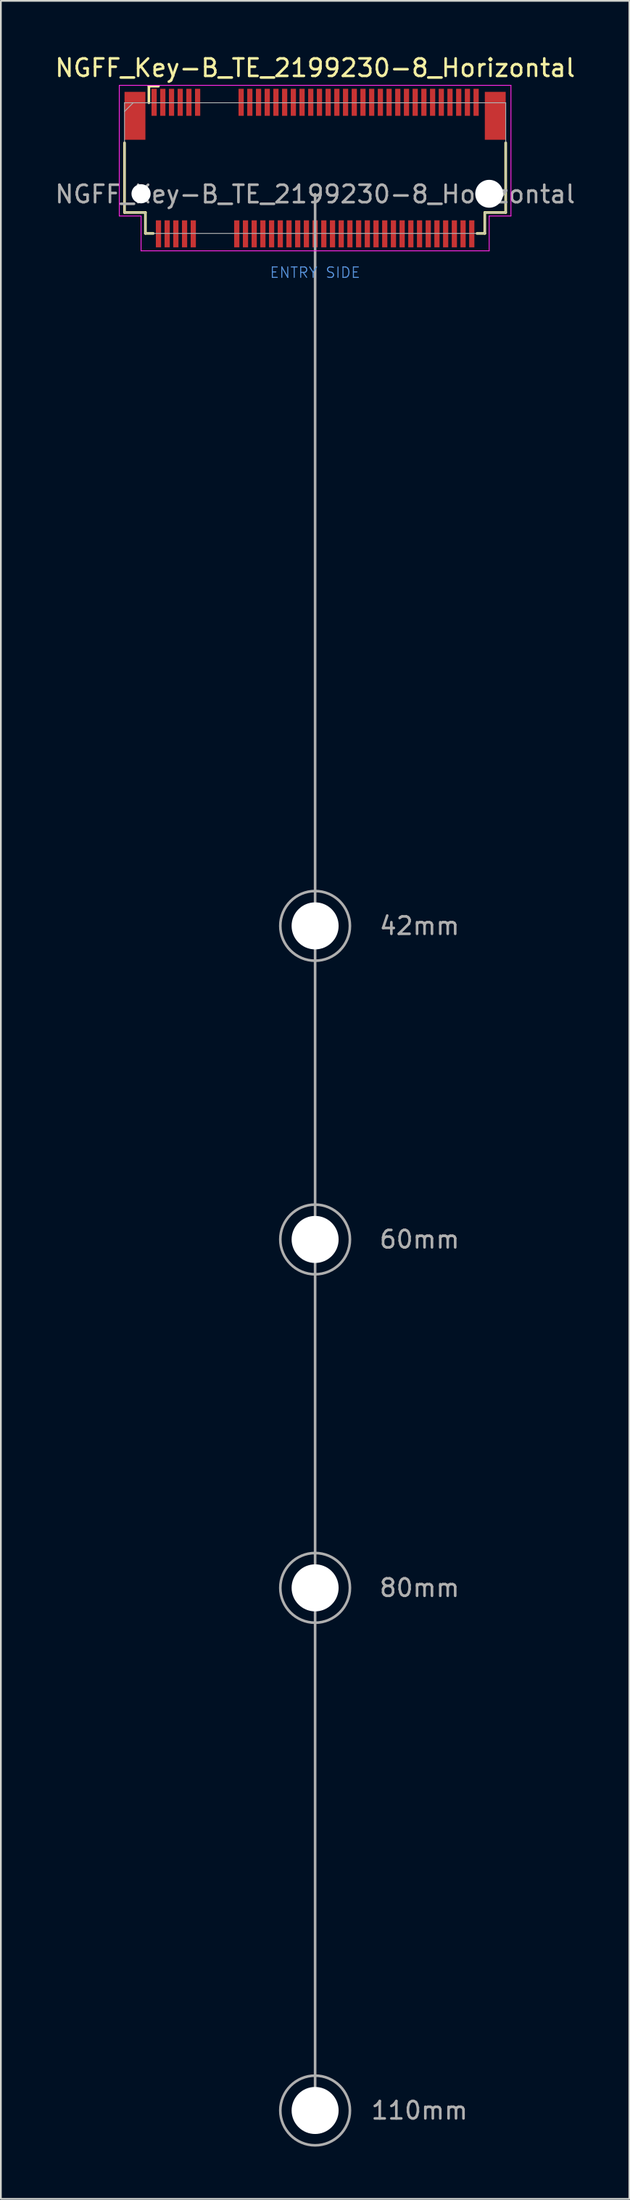
<source format=kicad_pcb>
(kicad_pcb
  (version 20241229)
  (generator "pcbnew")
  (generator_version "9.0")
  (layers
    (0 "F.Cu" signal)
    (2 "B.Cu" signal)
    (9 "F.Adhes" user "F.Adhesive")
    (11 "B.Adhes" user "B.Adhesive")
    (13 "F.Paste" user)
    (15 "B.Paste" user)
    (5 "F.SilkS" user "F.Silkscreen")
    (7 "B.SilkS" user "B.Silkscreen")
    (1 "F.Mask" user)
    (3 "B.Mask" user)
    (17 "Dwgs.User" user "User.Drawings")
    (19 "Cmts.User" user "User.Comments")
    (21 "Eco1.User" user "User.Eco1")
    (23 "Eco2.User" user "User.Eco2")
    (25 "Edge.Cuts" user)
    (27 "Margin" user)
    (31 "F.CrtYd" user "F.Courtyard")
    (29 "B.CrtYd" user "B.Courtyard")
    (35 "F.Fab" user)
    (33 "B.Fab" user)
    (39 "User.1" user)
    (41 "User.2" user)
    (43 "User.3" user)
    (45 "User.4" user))
  (footprint "NGFF_Key-B_TE_2199230-8_Horizontal"
    (layer "F.Cu")
    (at 15.054 8.098)
    (property "Reference" "NGFF_Key-B_TE_2199230-8_Horizontal" (at 0 -7.25 0) (layer "F.SilkS") (effects (font (size 1 1) (thickness 0.15))))
    (attr through_hole)
    (fp_line (start -10.95 1.05) (end -10.95 -2.95) (stroke (width 0.15) (type solid)) (layer "F.SilkS"))
    (fp_line (start -9.75 1.05) (end -10.95 1.05) (stroke (width 0.15) (type solid)) (layer "F.SilkS"))
    (fp_line (start -9.75 2.25) (end -9.75 1.05) (stroke (width 0.15) (type solid)) (layer "F.SilkS"))
    (fp_line (start -9.55 -6.2) (end -9 -6.2) (stroke (width 0.15) (type solid)) (layer "F.SilkS"))
    (fp_line (start -9.55 -5.25) (end -9.55 -6.2) (stroke (width 0.15) (type solid)) (layer "F.SilkS"))
    (fp_line (start -9.3 2.25) (end -9.75 2.25) (stroke (width 0.15) (type solid)) (layer "F.SilkS"))
    (fp_line (start 9.75 1.05) (end 9.75 2.25) (stroke (width 0.15) (type solid)) (layer "F.SilkS"))
    (fp_line (start 9.75 2.25) (end 9.3 2.25) (stroke (width 0.15) (type solid)) (layer "F.SilkS"))
    (fp_line (start 10.95 1.05) (end 9.75 1.05) (stroke (width 0.15) (type solid)) (layer "F.SilkS"))
    (fp_line (start 10.95 1.05) (end 10.95 -2.95) (stroke (width 0.15) (type solid)) (layer "F.SilkS"))
    (fp_line (start -11.25 -6.25) (end 11.25 -6.25) (stroke (width 0.05) (type solid)) (layer "F.CrtYd"))
    (fp_line (start -11.25 1.25) (end -11.25 -6.25) (stroke (width 0.05) (type solid)) (layer "F.CrtYd"))
    (fp_line (start -10 1.25) (end -11.25 1.25) (stroke (width 0.05) (type solid)) (layer "F.CrtYd"))
    (fp_line (start -10 3.25) (end -10 1.25) (stroke (width 0.05) (type solid)) (layer "F.CrtYd"))
    (fp_line (start 10 1.25) (end 10 3.25) (stroke (width 0.05) (type solid)) (layer "F.CrtYd"))
    (fp_line (start 10 3.25) (end -10 3.25) (stroke (width 0.05) (type solid)) (layer "F.CrtYd"))
    (fp_line (start 11.25 -6.25) (end 11.25 1.25) (stroke (width 0.05) (type solid)) (layer "F.CrtYd"))
    (fp_line (start 11.25 1.25) (end 10 1.25) (stroke (width 0.05) (type solid)) (layer "F.CrtYd"))
    (fp_line (start -10.95 -5.25) (end -10.95 1.05) (stroke (width 0.05) (type solid)) (layer "F.Fab"))
    (fp_line (start -10.95 -5.25) (end 10.95 -5.25) (stroke (width 0.05) (type solid)) (layer "F.Fab"))
    (fp_line (start -10.95 -4.75) (end -10.45 -5.25) (stroke (width 0.05) (type solid)) (layer "F.Fab"))
    (fp_line (start -10.95 1.05) (end -9.75 1.05) (stroke (width 0.05) (type solid)) (layer "F.Fab"))
    (fp_line (start -9.75 1.05) (end -9.75 2.25) (stroke (width 0.05) (type solid)) (layer "F.Fab"))
    (fp_line (start -9.75 2.25) (end 9.75 2.25) (stroke (width 0.05) (type solid)) (layer "F.Fab"))
    (fp_line (start 0 110) (end 0 0) (stroke (width 0.15) (type solid)) (layer "F.Fab"))
    (fp_line (start 9.75 1.05) (end 9.75 2.25) (stroke (width 0.05) (type solid)) (layer "F.Fab"))
    (fp_line (start 10.95 1.05) (end 9.75 1.05) (stroke (width 0.05) (type solid)) (layer "F.Fab"))
    (fp_line (start 10.95 1.05) (end 10.95 -5.25) (stroke (width 0.05) (type solid)) (layer "F.Fab"))
    (fp_circle (center 0 42) (end 2 42) (stroke (width 0.15) (type solid)) (fill no) (layer "F.Fab"))
    (fp_circle (center 0 60) (end 2 60) (stroke (width 0.15) (type solid)) (fill no) (layer "F.Fab"))
    (fp_circle (center 0 80) (end 2 80) (stroke (width 0.15) (type solid)) (fill no) (layer "F.Fab"))
    (fp_circle (center 0 110) (end 2 110) (stroke (width 0.15) (type solid)) (fill no) (layer "F.Fab"))
    (fp_text user "ENTRY SIDE" (at 0 4.5 0) (layer "Cmts.User") (effects (font (size 0.6 0.6) (thickness 0.06))))
    (fp_text user "${REFERENCE}" (at -10.1 -4.8 0) (layer "Eco1.User") (effects (font (size 0.3 0.3) (thickness 0.03))))
    (fp_text user "42mm" (at 6 42 0) (layer "F.Fab") (effects (font (size 1 1) (thickness 0.15))))
    (fp_text user "60mm" (at 6 60 0) (layer "F.Fab") (effects (font (size 1 1) (thickness 0.15))))
    (fp_text user "${REFERENCE}" (at 0 0 0) (layer "F.Fab") (effects (font (size 1 1) (thickness 0.15))))
    (fp_text user "110mm" (at 6 110 0) (layer "F.Fab") (effects (font (size 1 1) (thickness 0.15))))
    (fp_text user "80mm" (at 6 80 0) (layer "F.Fab") (effects (font (size 1 1) (thickness 0.15))))
    (pad "" smd rect (at -10.35 -4.5) (size 1.2 2.75) (layers "F.Cu" "F.Mask" "F.Paste"))
    (pad "" np_thru_hole circle (at -10 -0.025) (size 1.1 1.1) (drill 1.1) (layers "*.Cu"))
    (pad "" np_thru_hole circle (at 0 42) (size 2.7 2.7) (drill 2.7) (layers "*.Cu" "*.Mask"))
    (pad "" np_thru_hole circle (at 0 60) (size 2.7 2.7) (drill 2.7) (layers "*.Cu" "*.Mask"))
    (pad "" np_thru_hole circle (at 0 80) (size 2.7 2.7) (drill 2.7) (layers "*.Cu" "*.Mask"))
    (pad "" np_thru_hole circle (at 0 110) (size 2.7 2.7) (drill 2.7) (layers "*.Cu" "*.Mask"))
    (pad "" np_thru_hole circle (at 10 -0.025) (size 1.6 1.6) (drill 1.6) (layers "*.Cu"))
    (pad "" smd rect (at 10.35 -4.5) (size 1.2 2.75) (layers "F.Cu" "F.Mask" "F.Paste"))
    (pad "1" smd rect (at -9.25 -5.275) (size 0.3 1.55) (layers "F.Cu" "F.Mask" "F.Paste"))
    (pad "2" smd rect (at -9 2.275) (size 0.3 1.55) (layers "F.Cu" "F.Mask" "F.Paste"))
    (pad "3" smd rect (at -8.75 -5.275) (size 0.3 1.55) (layers "F.Cu" "F.Mask" "F.Paste"))
    (pad "4" smd rect (at -8.5 2.275) (size 0.3 1.55) (layers "F.Cu" "F.Mask" "F.Paste"))
    (pad "5" smd rect (at -8.25 -5.275) (size 0.3 1.55) (layers "F.Cu" "F.Mask" "F.Paste"))
    (pad "6" smd rect (at -8 2.275) (size 0.3 1.55) (layers "F.Cu" "F.Mask" "F.Paste"))
    (pad "7" smd rect (at -7.75 -5.275) (size 0.3 1.55) (layers "F.Cu" "F.Mask" "F.Paste"))
    (pad "8" smd rect (at -7.5 2.275) (size 0.3 1.55) (layers "F.Cu" "F.Mask" "F.Paste"))
    (pad "9" smd rect (at -7.25 -5.275) (size 0.3 1.55) (layers "F.Cu" "F.Mask" "F.Paste"))
    (pad "10" smd rect (at -7 2.275) (size 0.3 1.55) (layers "F.Cu" "F.Mask" "F.Paste"))
    (pad "11" smd rect (at -6.75 -5.275) (size 0.3 1.55) (layers "F.Cu" "F.Mask" "F.Paste"))
    (pad "20" smd rect (at -4.5 2.275) (size 0.3 1.55) (layers "F.Cu" "F.Mask" "F.Paste"))
    (pad "21" smd rect (at -4.25 -5.275) (size 0.3 1.55) (layers "F.Cu" "F.Mask" "F.Paste"))
    (pad "22" smd rect (at -4 2.275) (size 0.3 1.55) (layers "F.Cu" "F.Mask" "F.Paste"))
    (pad "23" smd rect (at -3.75 -5.275) (size 0.3 1.55) (layers "F.Cu" "F.Mask" "F.Paste"))
    (pad "24" smd rect (at -3.5 2.275) (size 0.3 1.55) (layers "F.Cu" "F.Mask" "F.Paste"))
    (pad "25" smd rect (at -3.25 -5.275) (size 0.3 1.55) (layers "F.Cu" "F.Mask" "F.Paste"))
    (pad "26" smd rect (at -3 2.275) (size 0.3 1.55) (layers "F.Cu" "F.Mask" "F.Paste"))
    (pad "27" smd rect (at -2.75 -5.275) (size 0.3 1.55) (layers "F.Cu" "F.Mask" "F.Paste"))
    (pad "28" smd rect (at -2.5 2.275) (size 0.3 1.55) (layers "F.Cu" "F.Mask" "F.Paste"))
    (pad "29" smd rect (at -2.25 -5.275) (size 0.3 1.55) (layers "F.Cu" "F.Mask" "F.Paste"))
    (pad "30" smd rect (at -2 2.275) (size 0.3 1.55) (layers "F.Cu" "F.Mask" "F.Paste"))
    (pad "31" smd rect (at -1.75 -5.275) (size 0.3 1.55) (layers "F.Cu" "F.Mask" "F.Paste"))
    (pad "32" smd rect (at -1.5 2.275) (size 0.3 1.55) (layers "F.Cu" "F.Mask" "F.Paste"))
    (pad "33" smd rect (at -1.25 -5.275) (size 0.3 1.55) (layers "F.Cu" "F.Mask" "F.Paste"))
    (pad "34" smd rect (at -1 2.275) (size 0.3 1.55) (layers "F.Cu" "F.Mask" "F.Paste"))
    (pad "35" smd rect (at -0.75 -5.275) (size 0.3 1.55) (layers "F.Cu" "F.Mask" "F.Paste"))
    (pad "36" smd rect (at -0.5 2.275) (size 0.3 1.55) (layers "F.Cu" "F.Mask" "F.Paste"))
    (pad "37" smd rect (at -0.25 -5.275) (size 0.3 1.55) (layers "F.Cu" "F.Mask" "F.Paste"))
    (pad "38" smd rect (at 0 2.275) (size 0.3 1.55) (layers "F.Cu" "F.Mask" "F.Paste"))
    (pad "39" smd rect (at 0.25 -5.275) (size 0.3 1.55) (layers "F.Cu" "F.Mask" "F.Paste"))
    (pad "40" smd rect (at 0.5 2.275) (size 0.3 1.55) (layers "F.Cu" "F.Mask" "F.Paste"))
    (pad "41" smd rect (at 0.75 -5.275) (size 0.3 1.55) (layers "F.Cu" "F.Mask" "F.Paste"))
    (pad "42" smd rect (at 1 2.275) (size 0.3 1.55) (layers "F.Cu" "F.Mask" "F.Paste"))
    (pad "43" smd rect (at 1.25 -5.275) (size 0.3 1.55) (layers "F.Cu" "F.Mask" "F.Paste"))
    (pad "44" smd rect (at 1.5 2.275) (size 0.3 1.55) (layers "F.Cu" "F.Mask" "F.Paste"))
    (pad "45" smd rect (at 1.75 -5.275) (size 0.3 1.55) (layers "F.Cu" "F.Mask" "F.Paste"))
    (pad "46" smd rect (at 2 2.275) (size 0.3 1.55) (layers "F.Cu" "F.Mask" "F.Paste"))
    (pad "47" smd rect (at 2.25 -5.275) (size 0.3 1.55) (layers "F.Cu" "F.Mask" "F.Paste"))
    (pad "48" smd rect (at 2.5 2.275) (size 0.3 1.55) (layers "F.Cu" "F.Mask" "F.Paste"))
    (pad "49" smd rect (at 2.75 -5.275) (size 0.3 1.55) (layers "F.Cu" "F.Mask" "F.Paste"))
    (pad "50" smd rect (at 3 2.275) (size 0.3 1.55) (layers "F.Cu" "F.Mask" "F.Paste"))
    (pad "51" smd rect (at 3.25 -5.275) (size 0.3 1.55) (layers "F.Cu" "F.Mask" "F.Paste"))
    (pad "52" smd rect (at 3.5 2.275) (size 0.3 1.55) (layers "F.Cu" "F.Mask" "F.Paste"))
    (pad "53" smd rect (at 3.75 -5.275) (size 0.3 1.55) (layers "F.Cu" "F.Mask" "F.Paste"))
    (pad "54" smd rect (at 4 2.275) (size 0.3 1.55) (layers "F.Cu" "F.Mask" "F.Paste"))
    (pad "55" smd rect (at 4.25 -5.275) (size 0.3 1.55) (layers "F.Cu" "F.Mask" "F.Paste"))
    (pad "56" smd rect (at 4.5 2.275) (size 0.3 1.55) (layers "F.Cu" "F.Mask" "F.Paste"))
    (pad "57" smd rect (at 4.75 -5.275) (size 0.3 1.55) (layers "F.Cu" "F.Mask" "F.Paste"))
    (pad "58" smd rect (at 5 2.275) (size 0.3 1.55) (layers "F.Cu" "F.Mask" "F.Paste"))
    (pad "59" smd rect (at 5.25 -5.275) (size 0.3 1.55) (layers "F.Cu" "F.Mask" "F.Paste"))
    (pad "60" smd rect (at 5.5 2.275) (size 0.3 1.55) (layers "F.Cu" "F.Mask" "F.Paste"))
    (pad "61" smd rect (at 5.75 -5.275) (size 0.3 1.55) (layers "F.Cu" "F.Mask" "F.Paste"))
    (pad "62" smd rect (at 6 2.275) (size 0.3 1.55) (layers "F.Cu" "F.Mask" "F.Paste"))
    (pad "63" smd rect (at 6.25 -5.275) (size 0.3 1.55) (layers "F.Cu" "F.Mask" "F.Paste"))
    (pad "64" smd rect (at 6.5 2.275) (size 0.3 1.55) (layers "F.Cu" "F.Mask" "F.Paste"))
    (pad "65" smd rect (at 6.75 -5.275) (size 0.3 1.55) (layers "F.Cu" "F.Mask" "F.Paste"))
    (pad "66" smd rect (at 7 2.275) (size 0.3 1.55) (layers "F.Cu" "F.Mask" "F.Paste"))
    (pad "67" smd rect (at 7.25 -5.275) (size 0.3 1.55) (layers "F.Cu" "F.Mask" "F.Paste"))
    (pad "68" smd rect (at 7.5 2.275) (size 0.3 1.55) (layers "F.Cu" "F.Mask" "F.Paste"))
    (pad "69" smd rect (at 7.75 -5.275) (size 0.3 1.55) (layers "F.Cu" "F.Mask" "F.Paste"))
    (pad "70" smd rect (at 8 2.275) (size 0.3 1.55) (layers "F.Cu" "F.Mask" "F.Paste"))
    (pad "71" smd rect (at 8.25 -5.275) (size 0.3 1.55) (layers "F.Cu" "F.Mask" "F.Paste"))
    (pad "72" smd rect (at 8.5 2.275) (size 0.3 1.55) (layers "F.Cu" "F.Mask" "F.Paste"))
    (pad "73" smd rect (at 8.75 -5.275) (size 0.3 1.55) (layers "F.Cu" "F.Mask" "F.Paste"))
    (pad "74" smd rect (at 9 2.275) (size 0.3 1.55) (layers "F.Cu" "F.Mask" "F.Paste"))
    (pad "75" smd rect (at 9.25 -5.275) (size 0.3 1.55) (layers "F.Cu" "F.Mask" "F.Paste")))
  (gr_rect
    (start -3 -3)
    (end 33.107 123.173)
    (stroke (width 0.1) (type default))
    (fill no)
    (layer "Edge.Cuts")))
</source>
